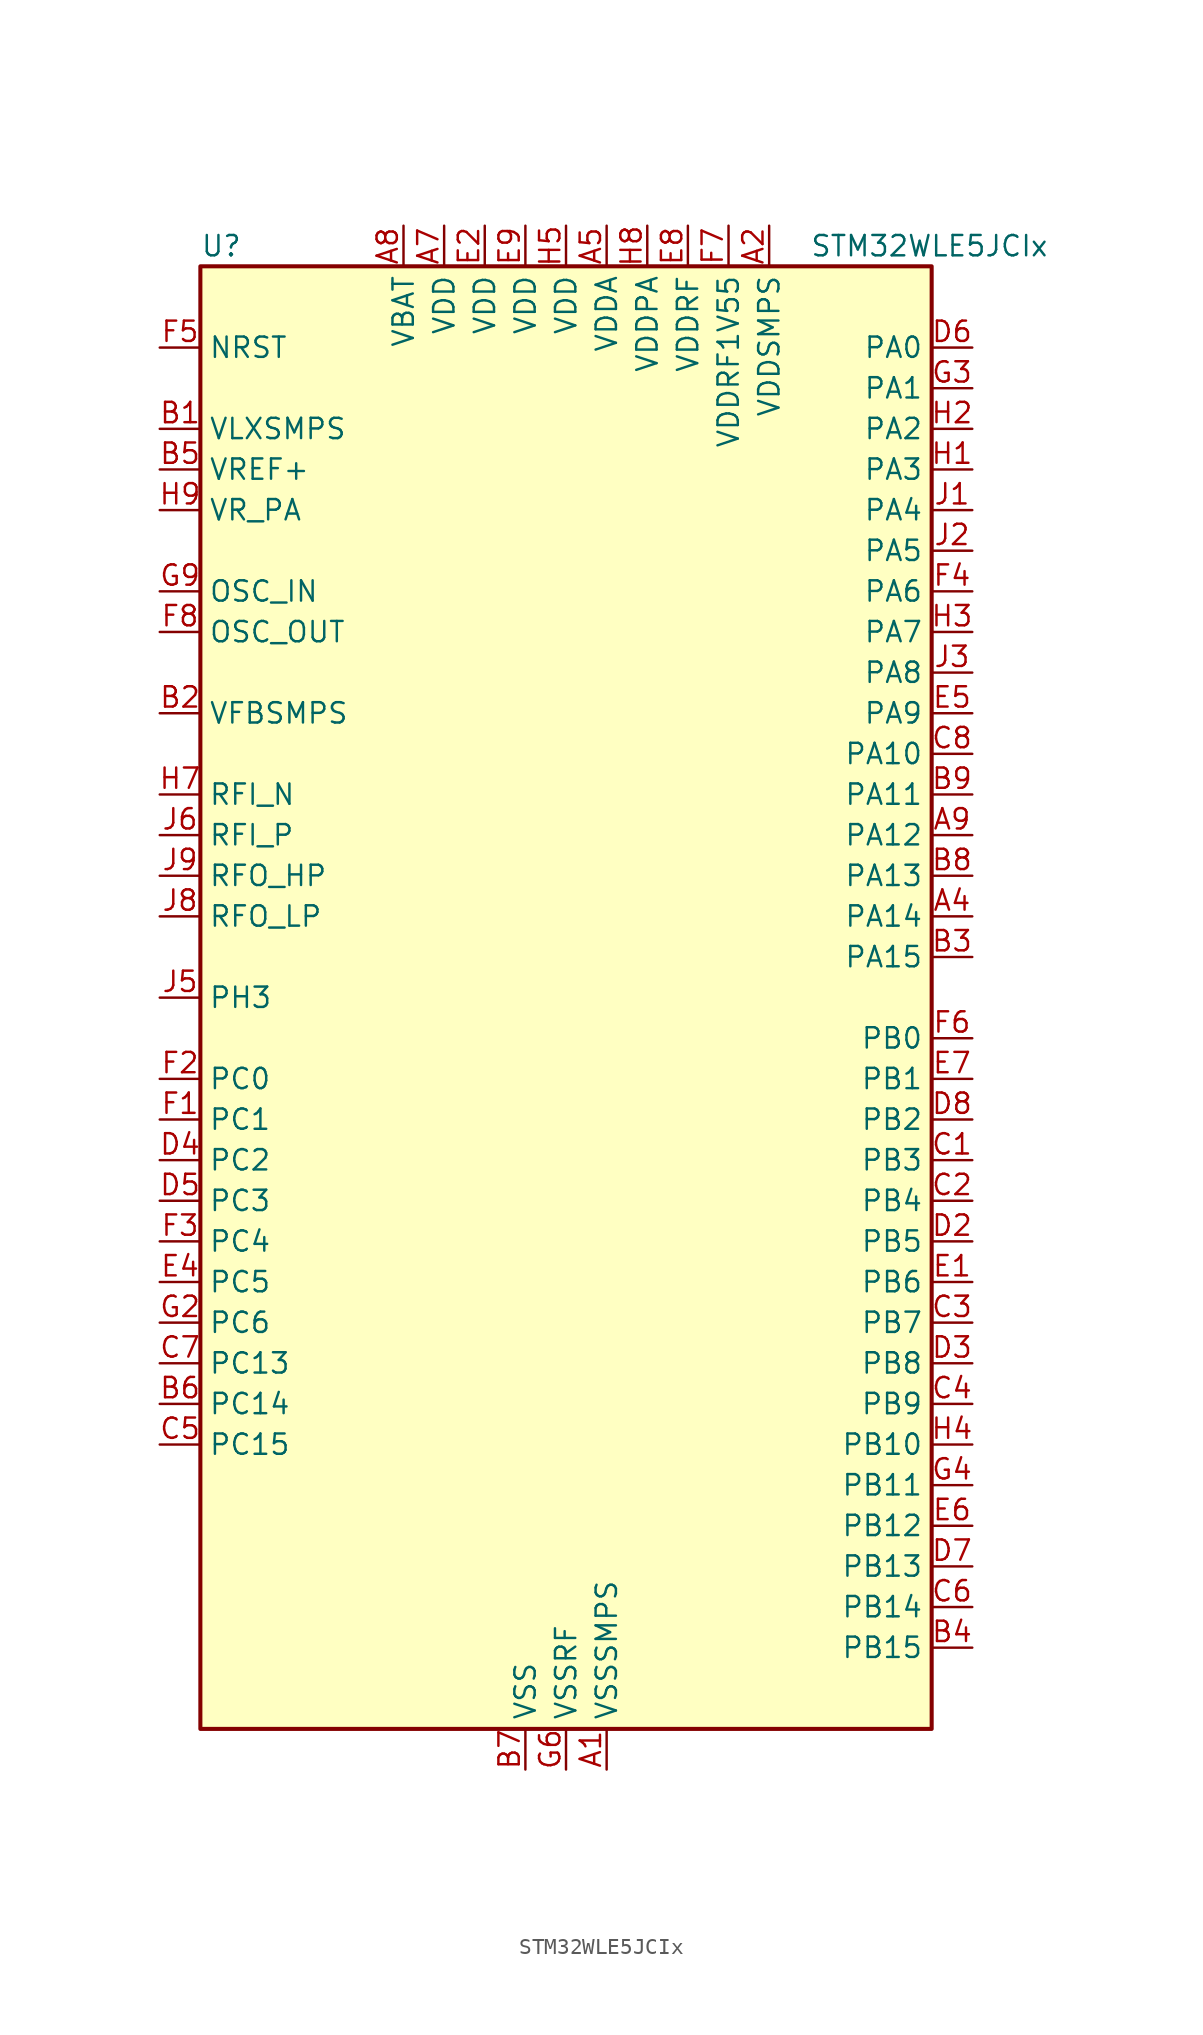
<source format=kicad_sym>
(kicad_symbol_lib
  (version 20241209)
  (generator "kicad_symbol_editor")
  (generator_version "9.0")
  (symbol "STM32WLE5JCIx"
    (property "Reference" "U"
      (at -22.86 46.99 0)
      (effects (font (size 1.27 1.27)) (justify left)))
    (property "Value" "STM32WLE5JCIx"
      (at 15.24 46.99 0)
      (effects (font (size 1.27 1.27)) (justify left)))
    (symbol "STM32WLE5JCIx_0_1"
      (rectangle (start -22.86 -45.72) (end 22.86 45.72) (stroke (width 0.254) (type default)) (fill (type background))))
    (symbol "STM32WLE5JCIx_1_1"
      (pin input line (at -25.4 40.64 0) (length 2.54) (name "NRST" (effects (font (size 1.27 1.27)))) (number "F5" (effects (font (size 1.27 1.27)))))
      (pin power_in line (at -25.4 35.56 0) (length 2.54) (name "VLXSMPS" (effects (font (size 1.27 1.27)))) (number "B1" (effects (font (size 1.27 1.27)))))
      (pin input line (at -25.4 33.02 0) (length 2.54) (name "VREF+" (effects (font (size 1.27 1.27)))) (number "B5" (effects (font (size 1.27 1.27)))) (alternate "VREFBUF_OUT" bidirectional line))
      (pin power_in line (at -25.4 30.48 0) (length 2.54) (name "VR_PA" (effects (font (size 1.27 1.27)))) (number "H9" (effects (font (size 1.27 1.27)))))
      (pin input line (at -25.4 25.4 0) (length 2.54) (name "OSC_IN" (effects (font (size 1.27 1.27)))) (number "G9" (effects (font (size 1.27 1.27)))) (alternate "RCC_OSC_IN" bidirectional line))
      (pin input line (at -25.4 22.86 0) (length 2.54) (name "OSC_OUT" (effects (font (size 1.27 1.27)))) (number "F8" (effects (font (size 1.27 1.27)))) (alternate "RCC_OSC_OUT" bidirectional line))
      (pin input line (at -25.4 17.78 0) (length 2.54) (name "VFBSMPS" (effects (font (size 1.27 1.27)))) (number "B2" (effects (font (size 1.27 1.27)))))
      (pin bidirectional line (at -25.4 12.7 0) (length 2.54) (name "RFI_N" (effects (font (size 1.27 1.27)))) (number "H7" (effects (font (size 1.27 1.27)))))
      (pin bidirectional line (at -25.4 10.16 0) (length 2.54) (name "RFI_P" (effects (font (size 1.27 1.27)))) (number "J6" (effects (font (size 1.27 1.27)))))
      (pin bidirectional line (at -25.4 7.62 0) (length 2.54) (name "RFO_HP" (effects (font (size 1.27 1.27)))) (number "J9" (effects (font (size 1.27 1.27)))))
      (pin bidirectional line (at -25.4 5.08 0) (length 2.54) (name "RFO_LP" (effects (font (size 1.27 1.27)))) (number "J8" (effects (font (size 1.27 1.27)))))
      (pin bidirectional line (at -25.4 0 0) (length 2.54) (name "PH3" (effects (font (size 1.27 1.27)))) (number "J5" (effects (font (size 1.27 1.27)))))
      (pin bidirectional line (at -25.4 -5.08 0) (length 2.54) (name "PC0" (effects (font (size 1.27 1.27)))) (number "F2" (effects (font (size 1.27 1.27)))) (alternate "I2C3_SCL" bidirectional line) (alternate "LPTIM1_IN1" bidirectional line) (alternate "LPTIM2_IN1" bidirectional line) (alternate "LPUART1_RX" bidirectional line))
      (pin bidirectional line (at -25.4 -7.62 0) (length 2.54) (name "PC1" (effects (font (size 1.27 1.27)))) (number "F1" (effects (font (size 1.27 1.27)))) (alternate "I2C3_SDA" bidirectional line) (alternate "I2S2_SD" bidirectional line) (alternate "LPTIM1_OUT" bidirectional line) (alternate "LPUART1_TX" bidirectional line) (alternate "SPI2_MOSI" bidirectional line))
      (pin bidirectional line (at -25.4 -10.16 0) (length 2.54) (name "PC2" (effects (font (size 1.27 1.27)))) (number "D4" (effects (font (size 1.27 1.27)))) (alternate "LPTIM1_IN2" bidirectional line) (alternate "SPI2_MISO" bidirectional line))
      (pin bidirectional line (at -25.4 -12.7 0) (length 2.54) (name "PC3" (effects (font (size 1.27 1.27)))) (number "D5" (effects (font (size 1.27 1.27)))) (alternate "I2S2_SD" bidirectional line) (alternate "LPTIM1_ETR" bidirectional line) (alternate "LPTIM2_ETR" bidirectional line) (alternate "SPI2_MOSI" bidirectional line))
      (pin bidirectional line (at -25.4 -15.24 0) (length 2.54) (name "PC4" (effects (font (size 1.27 1.27)))) (number "F3" (effects (font (size 1.27 1.27)))))
      (pin bidirectional line (at -25.4 -17.78 0) (length 2.54) (name "PC5" (effects (font (size 1.27 1.27)))) (number "E4" (effects (font (size 1.27 1.27)))))
      (pin bidirectional line (at -25.4 -20.32 0) (length 2.54) (name "PC6" (effects (font (size 1.27 1.27)))) (number "G2" (effects (font (size 1.27 1.27)))) (alternate "I2S2_MCK" bidirectional line))
      (pin bidirectional line (at -25.4 -22.86 0) (length 2.54) (name "PC13" (effects (font (size 1.27 1.27)))) (number "C7" (effects (font (size 1.27 1.27)))) (alternate "PWR_WKUP2" bidirectional line) (alternate "RTC_OUT1" bidirectional line) (alternate "RTC_TAMP_IN1" bidirectional line) (alternate "RTC_TS" bidirectional line))
      (pin bidirectional line (at -25.4 -25.4 0) (length 2.54) (name "PC14" (effects (font (size 1.27 1.27)))) (number "B6" (effects (font (size 1.27 1.27)))) (alternate "RCC_OSC32_IN" bidirectional line))
      (pin bidirectional line (at -25.4 -27.94 0) (length 2.54) (name "PC15" (effects (font (size 1.27 1.27)))) (number "C5" (effects (font (size 1.27 1.27)))) (alternate "RCC_OSC32_OUT" bidirectional line))
      (pin power_in line (at -10.16 48.26 270) (length 2.54) (name "VBAT" (effects (font (size 1.27 1.27)))) (number "A8" (effects (font (size 1.27 1.27)))))
      (pin power_in line (at -7.62 48.26 270) (length 2.54) (name "VDD" (effects (font (size 1.27 1.27)))) (number "A7" (effects (font (size 1.27 1.27)))))
      (pin power_in line (at -5.08 48.26 270) (length 2.54) (name "VDD" (effects (font (size 1.27 1.27)))) (number "E2" (effects (font (size 1.27 1.27)))))
      (pin power_in line (at -2.54 48.26 270) (length 2.54) (name "VDD" (effects (font (size 1.27 1.27)))) (number "E9" (effects (font (size 1.27 1.27)))))
      (pin power_in line (at -2.54 -48.26 90) (length 2.54) (name "VSS" (effects (font (size 1.27 1.27)))) (number "B7" (effects (font (size 1.27 1.27)))))
      (pin passive line (at -2.54 -48.26 90) (length 2.54) (hide yes) (name "VSS" (effects (font (size 1.27 1.27)))) (number "D9" (effects (font (size 1.27 1.27)))))
      (pin passive line (at -2.54 -48.26 90) (length 2.54) (hide yes) (name "VSS" (effects (font (size 1.27 1.27)))) (number "E3" (effects (font (size 1.27 1.27)))))
      (pin passive line (at -2.54 -48.26 90) (length 2.54) (hide yes) (name "VSS" (effects (font (size 1.27 1.27)))) (number "G5" (effects (font (size 1.27 1.27)))))
      (pin power_in line (at 0 48.26 270) (length 2.54) (name "VDD" (effects (font (size 1.27 1.27)))) (number "H5" (effects (font (size 1.27 1.27)))))
      (pin power_in line (at 0 -48.26 90) (length 2.54) (name "VSSRF" (effects (font (size 1.27 1.27)))) (number "G6" (effects (font (size 1.27 1.27)))))
      (pin passive line (at 0 -48.26 90) (length 2.54) (hide yes) (name "VSSRF" (effects (font (size 1.27 1.27)))) (number "G7" (effects (font (size 1.27 1.27)))))
      (pin passive line (at 0 -48.26 90) (length 2.54) (hide yes) (name "VSSRF" (effects (font (size 1.27 1.27)))) (number "G8" (effects (font (size 1.27 1.27)))))
      (pin passive line (at 0 -48.26 90) (length 2.54) (hide yes) (name "VSSRF" (effects (font (size 1.27 1.27)))) (number "H6" (effects (font (size 1.27 1.27)))))
      (pin power_in line (at 2.54 48.26 270) (length 2.54) (name "VDDA" (effects (font (size 1.27 1.27)))) (number "A5" (effects (font (size 1.27 1.27)))))
      (pin power_in line (at 2.54 -48.26 90) (length 2.54) (name "VSSSMPS" (effects (font (size 1.27 1.27)))) (number "A1" (effects (font (size 1.27 1.27)))))
      (pin power_in line (at 5.08 48.26 270) (length 2.54) (name "VDDPA" (effects (font (size 1.27 1.27)))) (number "H8" (effects (font (size 1.27 1.27)))))
      (pin power_in line (at 7.62 48.26 270) (length 2.54) (name "VDDRF" (effects (font (size 1.27 1.27)))) (number "E8" (effects (font (size 1.27 1.27)))))
      (pin power_in line (at 10.16 48.26 270) (length 2.54) (name "VDDRF1V55" (effects (font (size 1.27 1.27)))) (number "F7" (effects (font (size 1.27 1.27)))))
      (pin power_in line (at 12.7 48.26 270) (length 2.54) (name "VDDSMPS" (effects (font (size 1.27 1.27)))) (number "A2" (effects (font (size 1.27 1.27)))))
      (pin bidirectional line (at 25.4 40.64 180) (length 2.54) (name "PA0" (effects (font (size 1.27 1.27)))) (number "D6" (effects (font (size 1.27 1.27)))) (alternate "COMP1_OUT" bidirectional line) (alternate "DEBUG_PWR-REGLP1S" bidirectional line) (alternate "I2C3_SMBA" bidirectional line) (alternate "I2S_CKIN" bidirectional line) (alternate "PWR_WKUP1" bidirectional line) (alternate "RTC_TAMP_IN2" bidirectional line) (alternate "TIM2_CH1" bidirectional line) (alternate "TIM2_ETR" bidirectional line) (alternate "USART2_CTS" bidirectional line) (alternate "USART2_NSS" bidirectional line))
      (pin bidirectional line (at 25.4 38.1 180) (length 2.54) (name "PA1" (effects (font (size 1.27 1.27)))) (number "G3" (effects (font (size 1.27 1.27)))) (alternate "DEBUG_PWR-REGLP2S" bidirectional line) (alternate "I2C1_SMBA" bidirectional line) (alternate "LPTIM3_OUT" bidirectional line) (alternate "LPUART1_RTS" bidirectional line) (alternate "SPI1_SCK" bidirectional line) (alternate "TIM2_CH2" bidirectional line) (alternate "USART2_DE" bidirectional line) (alternate "USART2_RTS" bidirectional line))
      (pin bidirectional line (at 25.4 35.56 180) (length 2.54) (name "PA2" (effects (font (size 1.27 1.27)))) (number "H2" (effects (font (size 1.27 1.27)))) (alternate "COMP2_OUT" bidirectional line) (alternate "DEBUG_PWR-LDORDY" bidirectional line) (alternate "LPUART1_TX" bidirectional line) (alternate "RCC_LSCO" bidirectional line) (alternate "TIM2_CH3" bidirectional line) (alternate "USART2_TX" bidirectional line))
      (pin bidirectional line (at 25.4 33.02 180) (length 2.54) (name "PA3" (effects (font (size 1.27 1.27)))) (number "H1" (effects (font (size 1.27 1.27)))) (alternate "I2S2_MCK" bidirectional line) (alternate "LPUART1_RX" bidirectional line) (alternate "TIM2_CH4" bidirectional line) (alternate "USART2_RX" bidirectional line))
      (pin bidirectional line (at 25.4 30.48 180) (length 2.54) (name "PA4" (effects (font (size 1.27 1.27)))) (number "J1" (effects (font (size 1.27 1.27)))) (alternate "DEBUG_SUBGHZSPI-NSSOUT" bidirectional line) (alternate "LPTIM1_OUT" bidirectional line) (alternate "LPTIM2_OUT" bidirectional line) (alternate "RTC_OUT2" bidirectional line) (alternate "SPI1_NSS" bidirectional line) (alternate "USART2_CK" bidirectional line))
      (pin bidirectional line (at 25.4 27.94 180) (length 2.54) (name "PA5" (effects (font (size 1.27 1.27)))) (number "J2" (effects (font (size 1.27 1.27)))) (alternate "DEBUG_SUBGHZSPI-SCKOUT" bidirectional line) (alternate "LPTIM2_ETR" bidirectional line) (alternate "SPI1_SCK" bidirectional line) (alternate "SPI2_MISO" bidirectional line) (alternate "TIM2_CH1" bidirectional line) (alternate "TIM2_ETR" bidirectional line))
      (pin bidirectional line (at 25.4 25.4 180) (length 2.54) (name "PA6" (effects (font (size 1.27 1.27)))) (number "F4" (effects (font (size 1.27 1.27)))) (alternate "DEBUG_SUBGHZSPI-MISOOUT" bidirectional line) (alternate "I2C2_SMBA" bidirectional line) (alternate "LPUART1_CTS" bidirectional line) (alternate "SPI1_MISO" bidirectional line) (alternate "TIM16_CH1" bidirectional line) (alternate "TIM1_BKIN" bidirectional line))
      (pin bidirectional line (at 25.4 22.86 180) (length 2.54) (name "PA7" (effects (font (size 1.27 1.27)))) (number "H3" (effects (font (size 1.27 1.27)))) (alternate "COMP2_OUT" bidirectional line) (alternate "DEBUG_SUBGHZSPI-MOSIOUT" bidirectional line) (alternate "I2C3_SCL" bidirectional line) (alternate "SPI1_MOSI" bidirectional line) (alternate "TIM17_CH1" bidirectional line) (alternate "TIM1_CH1N" bidirectional line))
      (pin bidirectional line (at 25.4 20.32 180) (length 2.54) (name "PA8" (effects (font (size 1.27 1.27)))) (number "J3" (effects (font (size 1.27 1.27)))) (alternate "I2S2_CK" bidirectional line) (alternate "LPTIM2_OUT" bidirectional line) (alternate "RCC_MCO" bidirectional line) (alternate "SPI2_SCK" bidirectional line) (alternate "TIM1_CH1" bidirectional line) (alternate "USART1_CK" bidirectional line))
      (pin bidirectional line (at 25.4 17.78 180) (length 2.54) (name "PA9" (effects (font (size 1.27 1.27)))) (number "E5" (effects (font (size 1.27 1.27)))) (alternate "DAC_EXTI9" bidirectional line) (alternate "I2C1_SCL" bidirectional line) (alternate "I2S2_CK" bidirectional line) (alternate "I2S2_WS" bidirectional line) (alternate "SPI2_NSS" bidirectional line) (alternate "SPI2_SCK" bidirectional line) (alternate "TIM1_CH2" bidirectional line) (alternate "USART1_TX" bidirectional line))
      (pin bidirectional line (at 25.4 15.24 180) (length 2.54) (name "PA10" (effects (font (size 1.27 1.27)))) (number "C8" (effects (font (size 1.27 1.27)))) (alternate "ADC_IN6" bidirectional line) (alternate "COMP1_INM" bidirectional line) (alternate "COMP2_INM" bidirectional line) (alternate "DAC_OUT1" bidirectional line) (alternate "DEBUG_RF-HSE32RDY" bidirectional line) (alternate "I2C1_SDA" bidirectional line) (alternate "I2S2_SD" bidirectional line) (alternate "RTC_REFIN" bidirectional line) (alternate "SPI2_MOSI" bidirectional line) (alternate "TIM17_BKIN" bidirectional line) (alternate "TIM1_CH3" bidirectional line) (alternate "USART1_RX" bidirectional line))
      (pin bidirectional line (at 25.4 12.7 180) (length 2.54) (name "PA11" (effects (font (size 1.27 1.27)))) (number "B9" (effects (font (size 1.27 1.27)))) (alternate "ADC_EXTI11" bidirectional line) (alternate "ADC_IN7" bidirectional line) (alternate "COMP1_INM" bidirectional line) (alternate "COMP2_INM" bidirectional line) (alternate "DEBUG_RF-NRESET" bidirectional line) (alternate "I2C2_SDA" bidirectional line) (alternate "LPTIM3_ETR" bidirectional line) (alternate "SPI1_MISO" bidirectional line) (alternate "TIM1_BKIN2" bidirectional line) (alternate "TIM1_CH4" bidirectional line) (alternate "USART1_CTS" bidirectional line) (alternate "USART1_NSS" bidirectional line))
      (pin bidirectional line (at 25.4 10.16 180) (length 2.54) (name "PA12" (effects (font (size 1.27 1.27)))) (number "A9" (effects (font (size 1.27 1.27)))) (alternate "ADC_IN8" bidirectional line) (alternate "DEBUG_RF-BUSY" bidirectional line) (alternate "I2C2_SCL" bidirectional line) (alternate "LPTIM3_IN1" bidirectional line) (alternate "SPI1_MOSI" bidirectional line) (alternate "TIM1_ETR" bidirectional line) (alternate "USART1_DE" bidirectional line) (alternate "USART1_RTS" bidirectional line))
      (pin bidirectional line (at 25.4 7.62 180) (length 2.54) (name "PA13" (effects (font (size 1.27 1.27)))) (number "B8" (effects (font (size 1.27 1.27)))) (alternate "ADC_IN9" bidirectional line) (alternate "DEBUG_JTMS-SWDIO" bidirectional line) (alternate "I2C2_SMBA" bidirectional line) (alternate "IR_OUT" bidirectional line))
      (pin bidirectional line (at 25.4 5.08 180) (length 2.54) (name "PA14" (effects (font (size 1.27 1.27)))) (number "A4" (effects (font (size 1.27 1.27)))) (alternate "ADC_IN10" bidirectional line) (alternate "DEBUG_JTCK-SWCLK" bidirectional line) (alternate "I2C1_SMBA" bidirectional line) (alternate "LPTIM1_OUT" bidirectional line))
      (pin bidirectional line (at 25.4 2.54 180) (length 2.54) (name "PA15" (effects (font (size 1.27 1.27)))) (number "B3" (effects (font (size 1.27 1.27)))) (alternate "ADC_IN11" bidirectional line) (alternate "COMP1_INM" bidirectional line) (alternate "COMP2_INP" bidirectional line) (alternate "DEBUG_JTDI" bidirectional line) (alternate "I2C2_SDA" bidirectional line) (alternate "SPI1_NSS" bidirectional line) (alternate "TIM2_CH1" bidirectional line) (alternate "TIM2_ETR" bidirectional line))
      (pin bidirectional line (at 25.4 -2.54 180) (length 2.54) (name "PB0" (effects (font (size 1.27 1.27)))) (number "F6" (effects (font (size 1.27 1.27)))) (alternate "COMP1_OUT" bidirectional line) (alternate "VDDTCXO" bidirectional line))
      (pin bidirectional line (at 25.4 -5.08 180) (length 2.54) (name "PB1" (effects (font (size 1.27 1.27)))) (number "E7" (effects (font (size 1.27 1.27)))) (alternate "ADC_IN5" bidirectional line) (alternate "COMP2_INP" bidirectional line) (alternate "LPTIM2_IN1" bidirectional line) (alternate "LPUART1_DE" bidirectional line) (alternate "LPUART1_RTS" bidirectional line))
      (pin bidirectional line (at 25.4 -7.62 180) (length 2.54) (name "PB2" (effects (font (size 1.27 1.27)))) (number "D8" (effects (font (size 1.27 1.27)))) (alternate "ADC_IN4" bidirectional line) (alternate "COMP1_INP" bidirectional line) (alternate "COMP2_INM" bidirectional line) (alternate "DEBUG_RF-SMPSRDY" bidirectional line) (alternate "I2C3_SMBA" bidirectional line) (alternate "LPTIM1_OUT" bidirectional line) (alternate "SPI1_NSS" bidirectional line))
      (pin bidirectional line (at 25.4 -10.16 180) (length 2.54) (name "PB3" (effects (font (size 1.27 1.27)))) (number "C1" (effects (font (size 1.27 1.27)))) (alternate "ADC_IN2" bidirectional line) (alternate "COMP1_INM" bidirectional line) (alternate "COMP2_INM" bidirectional line) (alternate "DEBUG_JTDO-SWO" bidirectional line) (alternate "DEBUG_RF-DTB1" bidirectional line) (alternate "PWR_WKUP3" bidirectional line) (alternate "RTC_TAMP_IN3" bidirectional line) (alternate "SPI1_SCK" bidirectional line) (alternate "TIM2_CH2" bidirectional line) (alternate "USART1_DE" bidirectional line) (alternate "USART1_RTS" bidirectional line))
      (pin bidirectional line (at 25.4 -12.7 180) (length 2.54) (name "PB4" (effects (font (size 1.27 1.27)))) (number "C2" (effects (font (size 1.27 1.27)))) (alternate "ADC_IN3" bidirectional line) (alternate "COMP1_INP" bidirectional line) (alternate "COMP2_INP" bidirectional line) (alternate "DEBUG_JTRST" bidirectional line) (alternate "DEBUG_RF-LDORDY" bidirectional line) (alternate "I2C3_SDA" bidirectional line) (alternate "SPI1_MISO" bidirectional line) (alternate "TIM17_BKIN" bidirectional line) (alternate "USART1_CTS" bidirectional line) (alternate "USART1_NSS" bidirectional line))
      (pin bidirectional line (at 25.4 -15.24 180) (length 2.54) (name "PB5" (effects (font (size 1.27 1.27)))) (number "D2" (effects (font (size 1.27 1.27)))) (alternate "COMP2_OUT" bidirectional line) (alternate "I2C1_SMBA" bidirectional line) (alternate "LPTIM1_IN1" bidirectional line) (alternate "SPI1_MOSI" bidirectional line) (alternate "TIM16_BKIN" bidirectional line) (alternate "USART1_CK" bidirectional line))
      (pin bidirectional line (at 25.4 -17.78 180) (length 2.54) (name "PB6" (effects (font (size 1.27 1.27)))) (number "E1" (effects (font (size 1.27 1.27)))) (alternate "I2C1_SCL" bidirectional line) (alternate "LPTIM1_ETR" bidirectional line) (alternate "TIM16_CH1N" bidirectional line) (alternate "USART1_TX" bidirectional line))
      (pin bidirectional line (at 25.4 -20.32 180) (length 2.54) (name "PB7" (effects (font (size 1.27 1.27)))) (number "C3" (effects (font (size 1.27 1.27)))) (alternate "I2C1_SDA" bidirectional line) (alternate "LPTIM1_IN2" bidirectional line) (alternate "PWR_PVD_IN" bidirectional line) (alternate "TIM17_CH1N" bidirectional line) (alternate "TIM1_BKIN" bidirectional line) (alternate "USART1_RX" bidirectional line))
      (pin bidirectional line (at 25.4 -22.86 180) (length 2.54) (name "PB8" (effects (font (size 1.27 1.27)))) (number "D3" (effects (font (size 1.27 1.27)))) (alternate "I2C1_SCL" bidirectional line) (alternate "TIM16_CH1" bidirectional line) (alternate "TIM1_CH2N" bidirectional line))
      (pin bidirectional line (at 25.4 -25.4 180) (length 2.54) (name "PB9" (effects (font (size 1.27 1.27)))) (number "C4" (effects (font (size 1.27 1.27)))) (alternate "DAC_EXTI9" bidirectional line) (alternate "I2C1_SDA" bidirectional line) (alternate "I2S2_WS" bidirectional line) (alternate "IR_OUT" bidirectional line) (alternate "SPI2_NSS" bidirectional line) (alternate "TIM17_CH1" bidirectional line) (alternate "TIM1_CH3N" bidirectional line))
      (pin bidirectional line (at 25.4 -27.94 180) (length 2.54) (name "PB10" (effects (font (size 1.27 1.27)))) (number "H4" (effects (font (size 1.27 1.27)))) (alternate "COMP1_OUT" bidirectional line) (alternate "I2C3_SCL" bidirectional line) (alternate "I2S2_CK" bidirectional line) (alternate "LPUART1_RX" bidirectional line) (alternate "SPI2_SCK" bidirectional line) (alternate "TIM2_CH3" bidirectional line))
      (pin bidirectional line (at 25.4 -30.48 180) (length 2.54) (name "PB11" (effects (font (size 1.27 1.27)))) (number "G4" (effects (font (size 1.27 1.27)))) (alternate "ADC_EXTI11" bidirectional line) (alternate "COMP2_OUT" bidirectional line) (alternate "I2C3_SDA" bidirectional line) (alternate "LPUART1_TX" bidirectional line) (alternate "TIM2_CH4" bidirectional line))
      (pin bidirectional line (at 25.4 -33.02 180) (length 2.54) (name "PB12" (effects (font (size 1.27 1.27)))) (number "E6" (effects (font (size 1.27 1.27)))) (alternate "I2C3_SMBA" bidirectional line) (alternate "I2S2_WS" bidirectional line) (alternate "LPUART1_RTS" bidirectional line) (alternate "SPI2_NSS" bidirectional line) (alternate "TIM1_BKIN" bidirectional line))
      (pin bidirectional line (at 25.4 -35.56 180) (length 2.54) (name "PB13" (effects (font (size 1.27 1.27)))) (number "D7" (effects (font (size 1.27 1.27)))) (alternate "ADC_IN0" bidirectional line) (alternate "I2C3_SCL" bidirectional line) (alternate "I2S2_CK" bidirectional line) (alternate "LPUART1_CTS" bidirectional line) (alternate "SPI2_SCK" bidirectional line) (alternate "TIM1_CH1N" bidirectional line))
      (pin bidirectional line (at 25.4 -38.1 180) (length 2.54) (name "PB14" (effects (font (size 1.27 1.27)))) (number "C6" (effects (font (size 1.27 1.27)))) (alternate "ADC_IN1" bidirectional line) (alternate "I2C3_SDA" bidirectional line) (alternate "I2S2_MCK" bidirectional line) (alternate "SPI2_MISO" bidirectional line) (alternate "TIM1_CH2N" bidirectional line))
      (pin bidirectional line (at 25.4 -40.64 180) (length 2.54) (name "PB15" (effects (font (size 1.27 1.27)))) (number "B4" (effects (font (size 1.27 1.27)))) (alternate "I2C2_SCL" bidirectional line) (alternate "I2S2_SD" bidirectional line) (alternate "SPI2_MOSI" bidirectional line) (alternate "TIM1_CH3N" bidirectional line)))))
</source>
